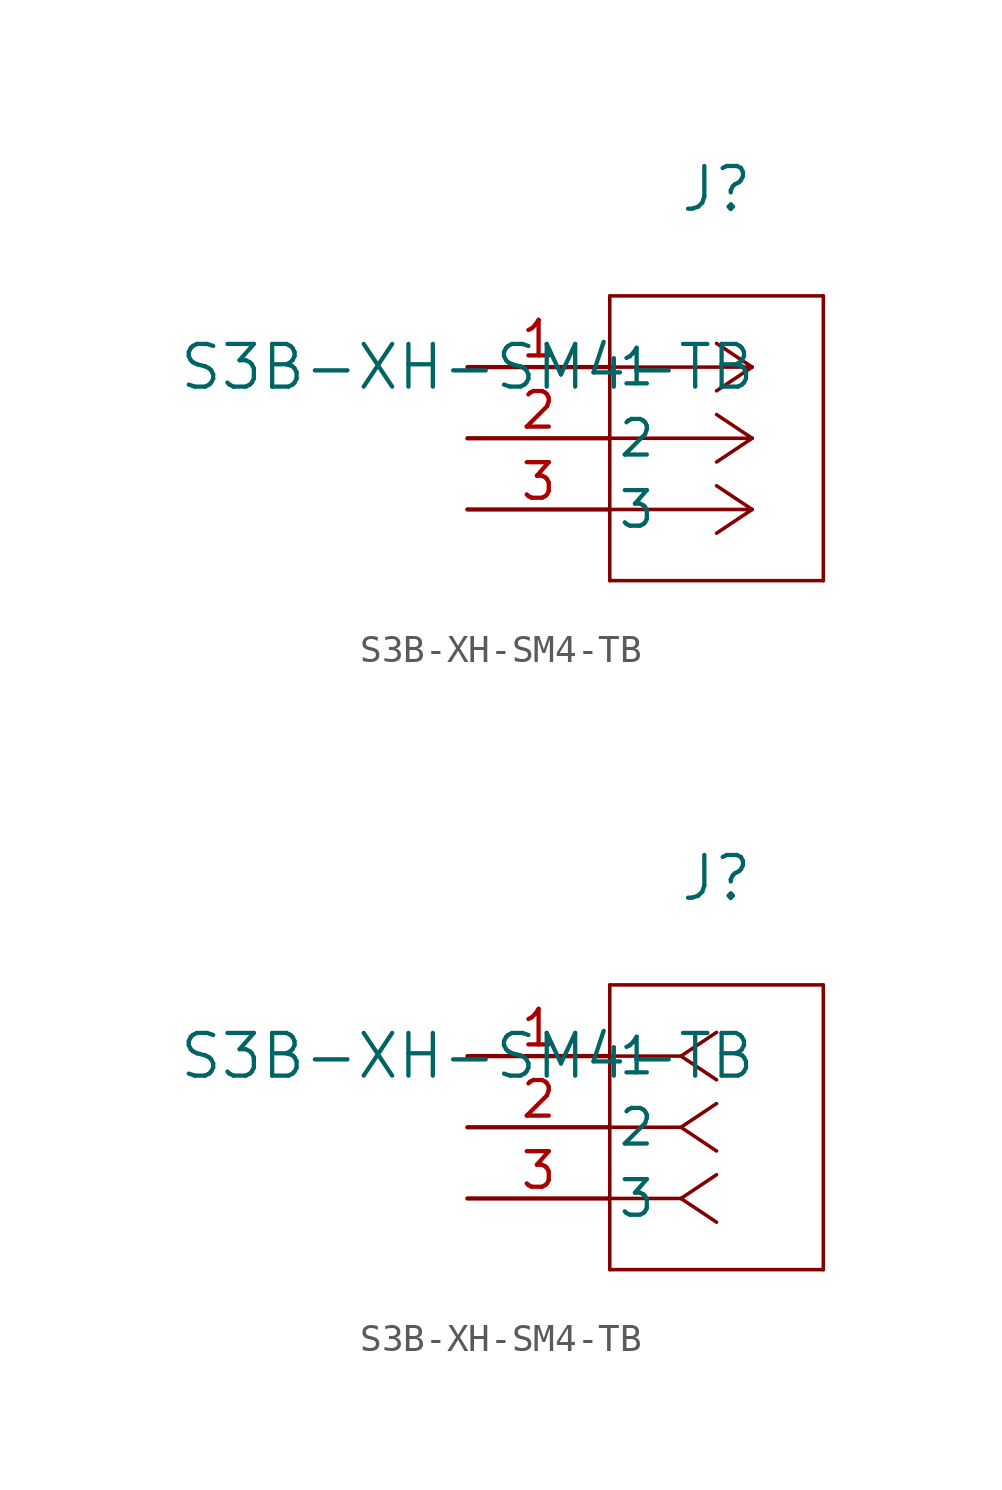
<source format=kicad_sym>
(kicad_symbol_lib
  (version 20211014)
  (generator kicad_symbol_editor)
  (symbol "S3B-XH-SM4-TB"
    (pin_names
      (offset 0.254))
    (property "Reference" "J"
      (at 8.89 6.35 0)
      (effects (font (size 1.524 1.524))))
    (property "Value" "S3B-XH-SM4-TB"
      (at 0 0 0)
      (effects (font (size 1.524 1.524))))
    (symbol "S3B-XH-SM4-TB_1_1"
      (polyline (pts (xy 10.16 0) (xy 5.08 0)) (stroke (width 0.127) (type default) (color 0 0 0 0)) (fill (type none)))
      (polyline (pts (xy 10.16 -2.54) (xy 5.08 -2.54)) (stroke (width 0.127) (type default) (color 0 0 0 0)) (fill (type none)))
      (polyline (pts (xy 10.16 -5.08) (xy 5.08 -5.08)) (stroke (width 0.127) (type default) (color 0 0 0 0)) (fill (type none)))
      (polyline (pts (xy 10.16 0) (xy 8.89 0.847)) (stroke (width 0.127) (type default) (color 0 0 0 0)) (fill (type none)))
      (polyline (pts (xy 10.16 -2.54) (xy 8.89 -1.693)) (stroke (width 0.127) (type default) (color 0 0 0 0)) (fill (type none)))
      (polyline (pts (xy 10.16 -5.08) (xy 8.89 -4.233)) (stroke (width 0.127) (type default) (color 0 0 0 0)) (fill (type none)))
      (polyline (pts (xy 10.16 0) (xy 8.89 -0.847)) (stroke (width 0.127) (type default) (color 0 0 0 0)) (fill (type none)))
      (polyline (pts (xy 10.16 -2.54) (xy 8.89 -3.387)) (stroke (width 0.127) (type default) (color 0 0 0 0)) (fill (type none)))
      (polyline (pts (xy 10.16 -5.08) (xy 8.89 -5.927)) (stroke (width 0.127) (type default) (color 0 0 0 0)) (fill (type none)))
      (polyline (pts (xy 5.08 2.54) (xy 5.08 -7.62)) (stroke (width 0.127) (type default) (color 0 0 0 0)) (fill (type none)))
      (polyline (pts (xy 5.08 -7.62) (xy 12.7 -7.62)) (stroke (width 0.127) (type default) (color 0 0 0 0)) (fill (type none)))
      (polyline (pts (xy 12.7 -7.62) (xy 12.7 2.54)) (stroke (width 0.127) (type default) (color 0 0 0 0)) (fill (type none)))
      (polyline (pts (xy 12.7 2.54) (xy 5.08 2.54)) (stroke (width 0.127) (type default) (color 0 0 0 0)) (fill (type none)))
      (pin unspecified line (at 0 0 0) (length 5.08) (name "1" (effects (font (size 1.27 1.27)))) (number "1" (effects (font (size 1.27 1.27)))))
      (pin unspecified line (at 0 -2.54 0) (length 5.08) (name "2" (effects (font (size 1.27 1.27)))) (number "2" (effects (font (size 1.27 1.27)))))
      (pin unspecified line (at 0 -5.08 0) (length 5.08) (name "3" (effects (font (size 1.27 1.27)))) (number "3" (effects (font (size 1.27 1.27))))))
    (symbol "S3B-XH-SM4-TB_1_2"
      (polyline (pts (xy 7.62 0) (xy 5.08 0)) (stroke (width 0.127) (type default) (color 0 0 0 0)) (fill (type none)))
      (polyline (pts (xy 7.62 -2.54) (xy 5.08 -2.54)) (stroke (width 0.127) (type default) (color 0 0 0 0)) (fill (type none)))
      (polyline (pts (xy 7.62 -5.08) (xy 5.08 -5.08)) (stroke (width 0.127) (type default) (color 0 0 0 0)) (fill (type none)))
      (polyline (pts (xy 7.62 0) (xy 8.89 0.847)) (stroke (width 0.127) (type default) (color 0 0 0 0)) (fill (type none)))
      (polyline (pts (xy 7.62 -2.54) (xy 8.89 -1.693)) (stroke (width 0.127) (type default) (color 0 0 0 0)) (fill (type none)))
      (polyline (pts (xy 7.62 -5.08) (xy 8.89 -4.233)) (stroke (width 0.127) (type default) (color 0 0 0 0)) (fill (type none)))
      (polyline (pts (xy 7.62 0) (xy 8.89 -0.847)) (stroke (width 0.127) (type default) (color 0 0 0 0)) (fill (type none)))
      (polyline (pts (xy 7.62 -2.54) (xy 8.89 -3.387)) (stroke (width 0.127) (type default) (color 0 0 0 0)) (fill (type none)))
      (polyline (pts (xy 7.62 -5.08) (xy 8.89 -5.927)) (stroke (width 0.127) (type default) (color 0 0 0 0)) (fill (type none)))
      (polyline (pts (xy 5.08 2.54) (xy 5.08 -7.62)) (stroke (width 0.127) (type default) (color 0 0 0 0)) (fill (type none)))
      (polyline (pts (xy 5.08 -7.62) (xy 12.7 -7.62)) (stroke (width 0.127) (type default) (color 0 0 0 0)) (fill (type none)))
      (polyline (pts (xy 12.7 -7.62) (xy 12.7 2.54)) (stroke (width 0.127) (type default) (color 0 0 0 0)) (fill (type none)))
      (polyline (pts (xy 12.7 2.54) (xy 5.08 2.54)) (stroke (width 0.127) (type default) (color 0 0 0 0)) (fill (type none)))
      (pin unspecified line (at 0 0 0) (length 5.08) (name "1" (effects (font (size 1.27 1.27)))) (number "1" (effects (font (size 1.27 1.27)))))
      (pin unspecified line (at 0 -2.54 0) (length 5.08) (name "2" (effects (font (size 1.27 1.27)))) (number "2" (effects (font (size 1.27 1.27)))))
      (pin unspecified line (at 0 -5.08 0) (length 5.08) (name "3" (effects (font (size 1.27 1.27)))) (number "3" (effects (font (size 1.27 1.27))))))))
</source>
